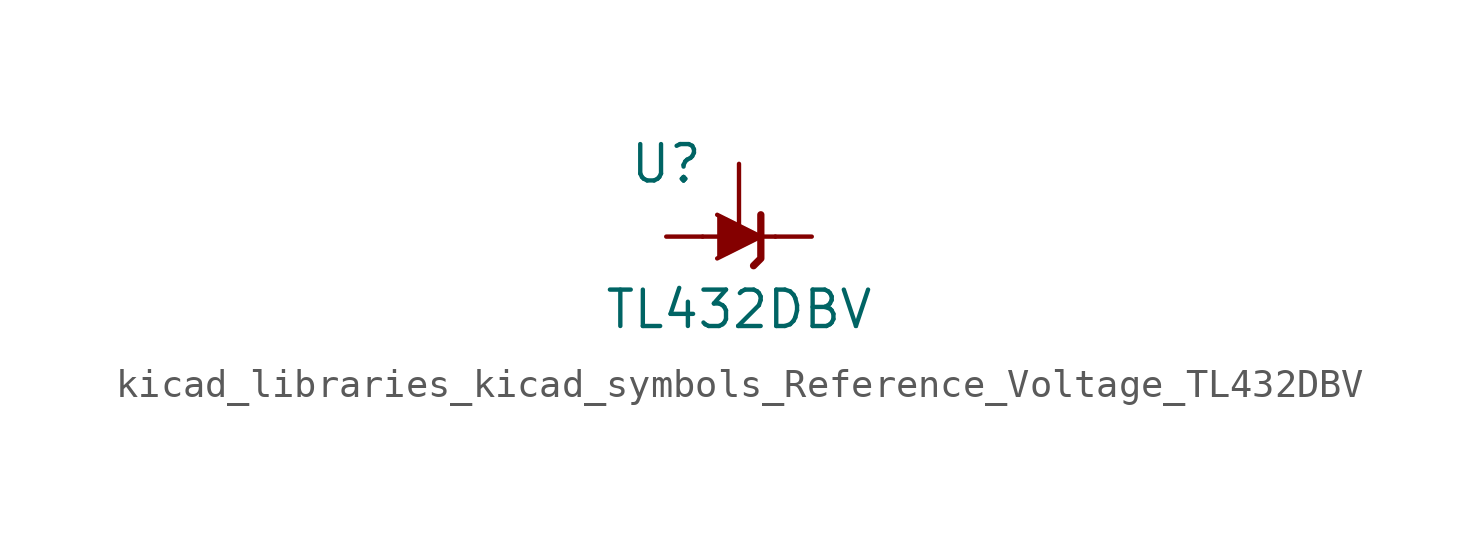
<source format=kicad_sym>
(kicad_symbol_lib
  (version 20220914)
  (generator kicad_symbol_editor)
  (symbol "kicad_libraries_kicad_symbols_Reference_Voltage_TL432DBV"
    (pin_numbers hide)
    (pin_names hide)
    (property "Reference" "U"
      (at -2.54 2.54 0)
      (effects (font (size 1.27 1.27))))
    (property "Value" "TL432DBV"
      (at 0 -2.54 0)
      (effects (font (size 1.27 1.27))))
    (symbol "kicad_libraries_kicad_symbols_Reference_Voltage_TL432DBV_0_1"
      (polyline (pts (xy -1.27 0) (xy 0 0) (xy 1.27 0)) (stroke (width 0) (type default)) (fill (type none)))
      (polyline (pts (xy -0.762 0.762) (xy 0.762 0) (xy -0.762 -0.762)) (stroke (width 0) (type default)) (fill (type outline)))
      (polyline (pts (xy 0.508 -1.016) (xy 0.762 -0.762) (xy 0.762 0.762) (xy 0.762 0.762)) (stroke (width 0.254) (type default)) (fill (type none))))
    (symbol "kicad_libraries_kicad_symbols_Reference_Voltage_TL432DBV_1_1"
      (pin passive line (at -2.54 0 0) (length 1.27) (name "A" (effects (font (size 1.27 1.27)))) (number "2" (effects (font (size 1.27 1.27)))))
      (pin passive line (at 2.54 0 180) (length 1.27) (name "K" (effects (font (size 1.27 1.27)))) (number "4" (effects (font (size 1.27 1.27)))))
      (pin passive line (at 0 2.54 270) (length 2.54) (name "REF" (effects (font (size 1.27 1.27)))) (number "5" (effects (font (size 1.27 1.27))))))))
</source>
